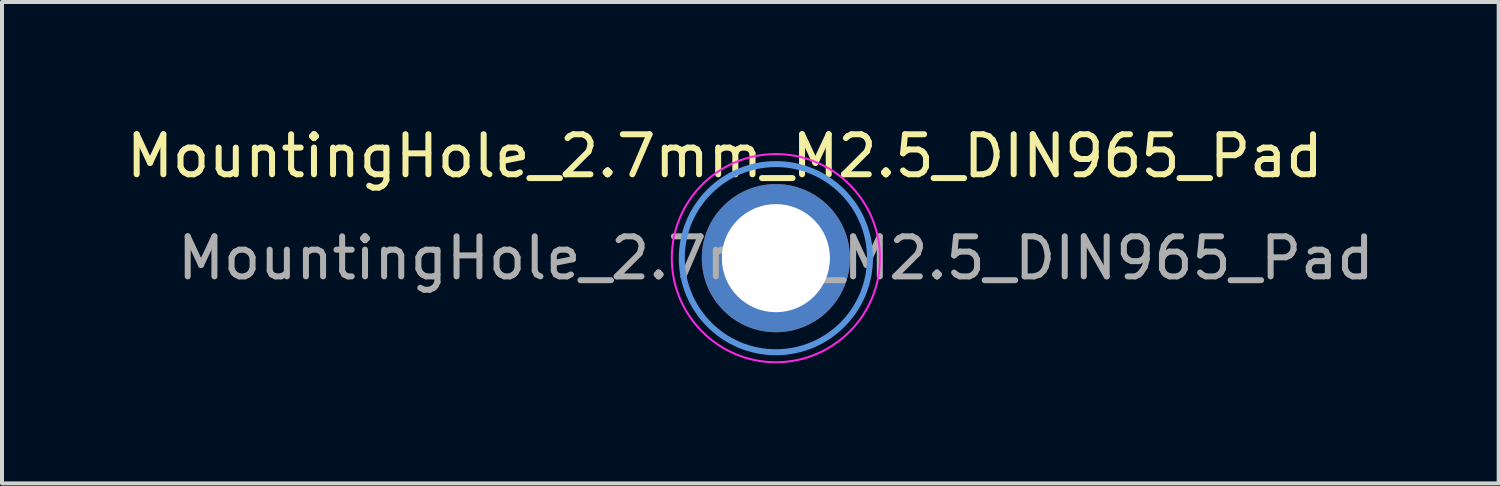
<source format=kicad_pcb>
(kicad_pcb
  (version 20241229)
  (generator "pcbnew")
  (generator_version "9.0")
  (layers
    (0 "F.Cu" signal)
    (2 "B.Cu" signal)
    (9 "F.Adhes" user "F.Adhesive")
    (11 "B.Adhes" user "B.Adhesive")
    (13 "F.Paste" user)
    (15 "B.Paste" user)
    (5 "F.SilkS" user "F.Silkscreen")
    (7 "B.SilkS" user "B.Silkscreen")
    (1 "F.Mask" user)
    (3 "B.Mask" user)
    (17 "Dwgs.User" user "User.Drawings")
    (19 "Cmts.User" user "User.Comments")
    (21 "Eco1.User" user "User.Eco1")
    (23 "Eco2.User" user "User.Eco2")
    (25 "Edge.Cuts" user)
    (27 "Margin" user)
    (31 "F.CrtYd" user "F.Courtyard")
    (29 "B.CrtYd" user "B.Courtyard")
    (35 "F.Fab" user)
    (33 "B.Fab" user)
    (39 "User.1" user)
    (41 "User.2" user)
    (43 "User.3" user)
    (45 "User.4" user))
  (footprint "MountingHole_2.7mm_M2.5_DIN965_Pad"
    (layer "F.Cu")
    (at 16.329 3.398)
    (property "Reference" "MountingHole_2.7mm_M2.5_DIN965_Pad" (at -1.275 -2.55 0) (layer "F.SilkS") (effects (font (size 1 1) (thickness 0.15))))
    (attr exclude_from_pos_files exclude_from_bom)
    (fp_circle (center 0 0) (end 2.35 0) (stroke (width 0.15) (type solid)) (fill no) (layer "Cmts.User"))
    (fp_circle (center 0 0) (end 2.6 0) (stroke (width 0.05) (type solid)) (fill no) (layer "F.CrtYd"))
    (fp_text user "${REFERENCE}" (at 0 0 0) (layer "F.Fab") (effects (font (size 1 1) (thickness 0.15))))
    (pad "1" thru_hole circle (at 0 0) (size 3.7 3.7) (drill 2.7) (layers "*.Cu" "*.Mask")))
  (gr_rect
    (start -3 -3)
    (end 34.382 9.023)
    (stroke (width 0.1) (type default))
    (fill no)
    (layer "Edge.Cuts")))
</source>
